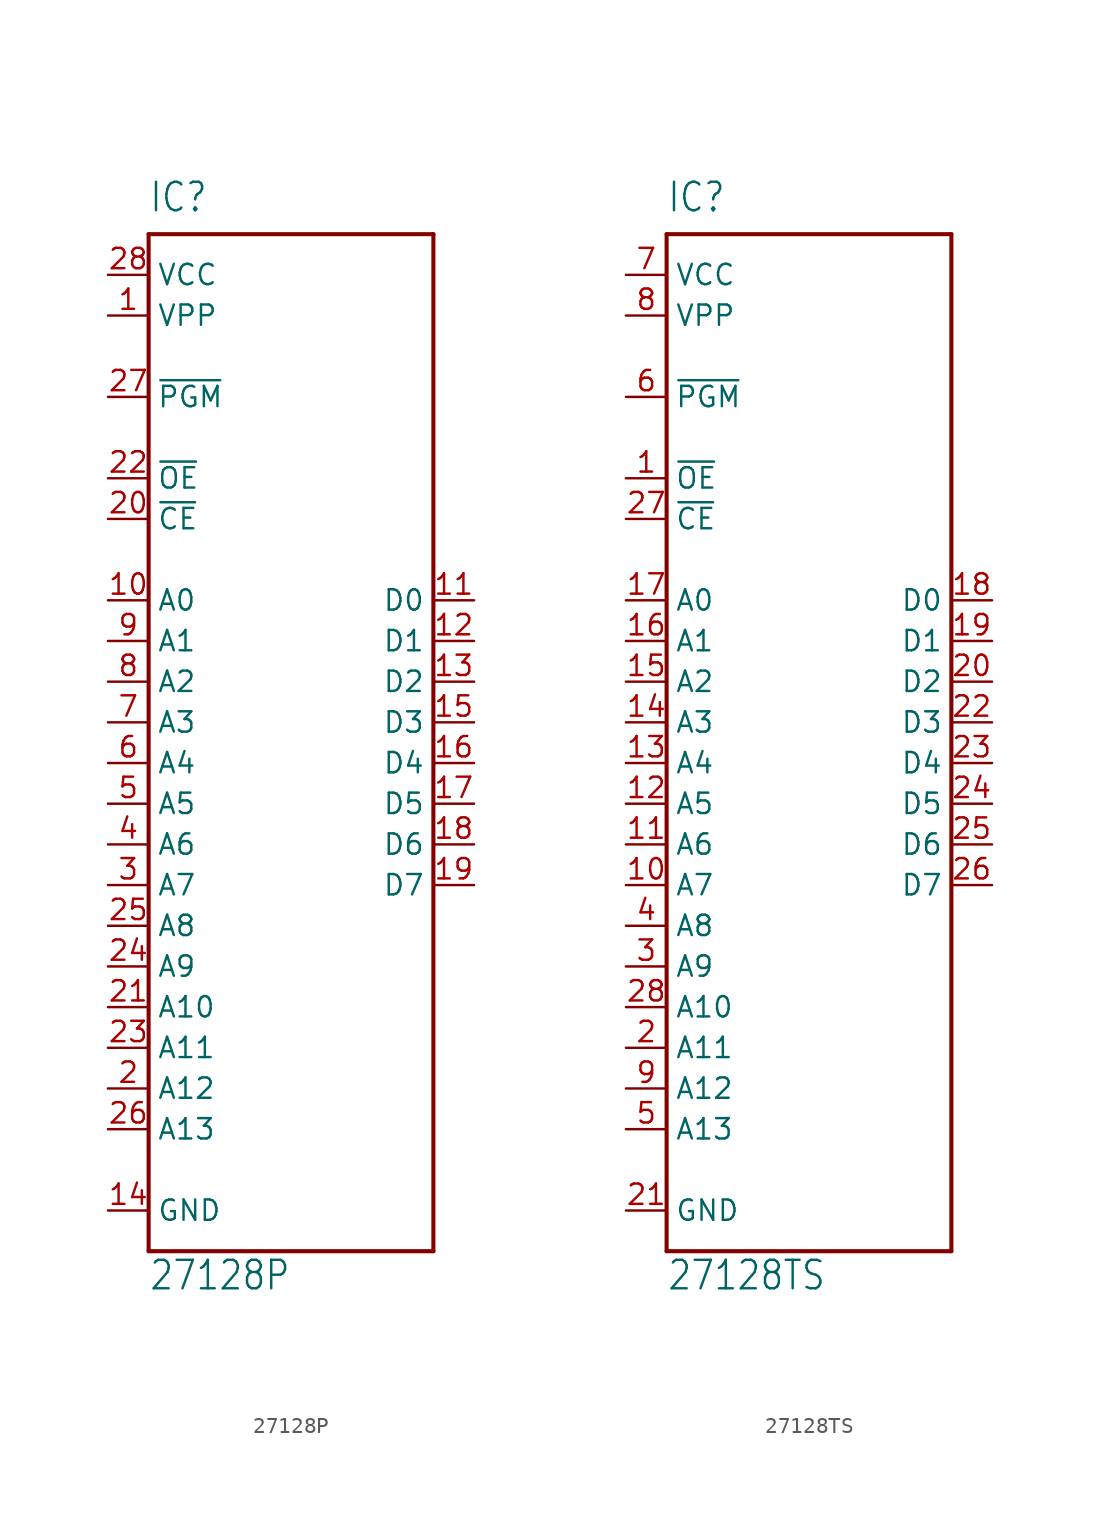
<source format=kicad_sym>
(kicad_symbol_lib
  (version 20220914)
  (generator kicad_symbol_editor)
  (symbol "27128P"
    (property "Reference" "IC"
      (at -7.62 31.75 0)
      (effects (font (size 1.778 1.511)) (justify left bottom)))
    (property "Value" "27128P"
      (at -7.62 -35.56 0)
      (effects (font (size 1.778 1.511)) (justify left bottom)))
    (property "ki_locked" ""
      (at 0 0 0)
      (effects (font (size 1.27 1.27))))
    (symbol "27128P_1_0"
      (polyline (pts (xy -7.62 -33.02) (xy -7.62 30.48)) (stroke (width 0.254) (type default)) (fill (type none)))
      (polyline (pts (xy -7.62 30.48) (xy 10.16 30.48)) (stroke (width 0.254) (type default)) (fill (type none)))
      (polyline (pts (xy 10.16 -33.02) (xy -7.62 -33.02)) (stroke (width 0.254) (type default)) (fill (type none)))
      (polyline (pts (xy 10.16 30.48) (xy 10.16 -33.02)) (stroke (width 0.254) (type default)) (fill (type none)))
      (pin input line (at -10.16 25.4 0) (length 2.54) (name "VPP" (effects (font (size 1.27 1.27)))) (number "1" (effects (font (size 1.27 1.27)))))
      (pin input line (at -10.16 7.62 0) (length 2.54) (name "A0" (effects (font (size 1.27 1.27)))) (number "10" (effects (font (size 1.27 1.27)))))
      (pin tri_state line (at 12.7 7.62 180) (length 2.54) (name "D0" (effects (font (size 1.27 1.27)))) (number "11" (effects (font (size 1.27 1.27)))))
      (pin tri_state line (at 12.7 5.08 180) (length 2.54) (name "D1" (effects (font (size 1.27 1.27)))) (number "12" (effects (font (size 1.27 1.27)))))
      (pin tri_state line (at 12.7 2.54 180) (length 2.54) (name "D2" (effects (font (size 1.27 1.27)))) (number "13" (effects (font (size 1.27 1.27)))))
      (pin power_in line (at -10.16 -30.48 0) (length 2.54) (name "GND" (effects (font (size 1.27 1.27)))) (number "14" (effects (font (size 1.27 1.27)))))
      (pin tri_state line (at 12.7 0 180) (length 2.54) (name "D3" (effects (font (size 1.27 1.27)))) (number "15" (effects (font (size 1.27 1.27)))))
      (pin tri_state line (at 12.7 -2.54 180) (length 2.54) (name "D4" (effects (font (size 1.27 1.27)))) (number "16" (effects (font (size 1.27 1.27)))))
      (pin tri_state line (at 12.7 -5.08 180) (length 2.54) (name "D5" (effects (font (size 1.27 1.27)))) (number "17" (effects (font (size 1.27 1.27)))))
      (pin tri_state line (at 12.7 -7.62 180) (length 2.54) (name "D6" (effects (font (size 1.27 1.27)))) (number "18" (effects (font (size 1.27 1.27)))))
      (pin tri_state line (at 12.7 -10.16 180) (length 2.54) (name "D7" (effects (font (size 1.27 1.27)))) (number "19" (effects (font (size 1.27 1.27)))))
      (pin input line (at -10.16 -22.86 0) (length 2.54) (name "A12" (effects (font (size 1.27 1.27)))) (number "2" (effects (font (size 1.27 1.27)))))
      (pin input line (at -10.16 12.7 0) (length 2.54) (name "~{CE}" (effects (font (size 1.27 1.27)))) (number "20" (effects (font (size 1.27 1.27)))))
      (pin input line (at -10.16 -17.78 0) (length 2.54) (name "A10" (effects (font (size 1.27 1.27)))) (number "21" (effects (font (size 1.27 1.27)))))
      (pin input line (at -10.16 15.24 0) (length 2.54) (name "~{OE}" (effects (font (size 1.27 1.27)))) (number "22" (effects (font (size 1.27 1.27)))))
      (pin input line (at -10.16 -20.32 0) (length 2.54) (name "A11" (effects (font (size 1.27 1.27)))) (number "23" (effects (font (size 1.27 1.27)))))
      (pin input line (at -10.16 -15.24 0) (length 2.54) (name "A9" (effects (font (size 1.27 1.27)))) (number "24" (effects (font (size 1.27 1.27)))))
      (pin input line (at -10.16 -12.7 0) (length 2.54) (name "A8" (effects (font (size 1.27 1.27)))) (number "25" (effects (font (size 1.27 1.27)))))
      (pin input line (at -10.16 -25.4 0) (length 2.54) (name "A13" (effects (font (size 1.27 1.27)))) (number "26" (effects (font (size 1.27 1.27)))))
      (pin passive line (at -10.16 20.32 0) (length 2.54) (name "~{PGM}" (effects (font (size 1.27 1.27)))) (number "27" (effects (font (size 1.27 1.27)))))
      (pin power_in line (at -10.16 27.94 0) (length 2.54) (name "VCC" (effects (font (size 1.27 1.27)))) (number "28" (effects (font (size 1.27 1.27)))))
      (pin input line (at -10.16 -10.16 0) (length 2.54) (name "A7" (effects (font (size 1.27 1.27)))) (number "3" (effects (font (size 1.27 1.27)))))
      (pin input line (at -10.16 -7.62 0) (length 2.54) (name "A6" (effects (font (size 1.27 1.27)))) (number "4" (effects (font (size 1.27 1.27)))))
      (pin input line (at -10.16 -5.08 0) (length 2.54) (name "A5" (effects (font (size 1.27 1.27)))) (number "5" (effects (font (size 1.27 1.27)))))
      (pin input line (at -10.16 -2.54 0) (length 2.54) (name "A4" (effects (font (size 1.27 1.27)))) (number "6" (effects (font (size 1.27 1.27)))))
      (pin input line (at -10.16 0 0) (length 2.54) (name "A3" (effects (font (size 1.27 1.27)))) (number "7" (effects (font (size 1.27 1.27)))))
      (pin input line (at -10.16 2.54 0) (length 2.54) (name "A2" (effects (font (size 1.27 1.27)))) (number "8" (effects (font (size 1.27 1.27)))))
      (pin input line (at -10.16 5.08 0) (length 2.54) (name "A1" (effects (font (size 1.27 1.27)))) (number "9" (effects (font (size 1.27 1.27)))))))
  (symbol "27128TS"
    (property "Reference" "IC"
      (at -7.62 31.75 0)
      (effects (font (size 1.778 1.511)) (justify left bottom)))
    (property "Value" "27128TS"
      (at -7.62 -35.56 0)
      (effects (font (size 1.778 1.511)) (justify left bottom)))
    (property "ki_locked" ""
      (at 0 0 0)
      (effects (font (size 1.27 1.27))))
    (symbol "27128TS_1_0"
      (polyline (pts (xy -7.62 -33.02) (xy -7.62 30.48)) (stroke (width 0.254) (type default)) (fill (type none)))
      (polyline (pts (xy -7.62 30.48) (xy 10.16 30.48)) (stroke (width 0.254) (type default)) (fill (type none)))
      (polyline (pts (xy 10.16 -33.02) (xy -7.62 -33.02)) (stroke (width 0.254) (type default)) (fill (type none)))
      (polyline (pts (xy 10.16 30.48) (xy 10.16 -33.02)) (stroke (width 0.254) (type default)) (fill (type none)))
      (pin input line (at -10.16 15.24 0) (length 2.54) (name "~{OE}" (effects (font (size 1.27 1.27)))) (number "1" (effects (font (size 1.27 1.27)))))
      (pin input line (at -10.16 -10.16 0) (length 2.54) (name "A7" (effects (font (size 1.27 1.27)))) (number "10" (effects (font (size 1.27 1.27)))))
      (pin input line (at -10.16 -7.62 0) (length 2.54) (name "A6" (effects (font (size 1.27 1.27)))) (number "11" (effects (font (size 1.27 1.27)))))
      (pin input line (at -10.16 -5.08 0) (length 2.54) (name "A5" (effects (font (size 1.27 1.27)))) (number "12" (effects (font (size 1.27 1.27)))))
      (pin input line (at -10.16 -2.54 0) (length 2.54) (name "A4" (effects (font (size 1.27 1.27)))) (number "13" (effects (font (size 1.27 1.27)))))
      (pin input line (at -10.16 0 0) (length 2.54) (name "A3" (effects (font (size 1.27 1.27)))) (number "14" (effects (font (size 1.27 1.27)))))
      (pin input line (at -10.16 2.54 0) (length 2.54) (name "A2" (effects (font (size 1.27 1.27)))) (number "15" (effects (font (size 1.27 1.27)))))
      (pin input line (at -10.16 5.08 0) (length 2.54) (name "A1" (effects (font (size 1.27 1.27)))) (number "16" (effects (font (size 1.27 1.27)))))
      (pin input line (at -10.16 7.62 0) (length 2.54) (name "A0" (effects (font (size 1.27 1.27)))) (number "17" (effects (font (size 1.27 1.27)))))
      (pin tri_state line (at 12.7 7.62 180) (length 2.54) (name "D0" (effects (font (size 1.27 1.27)))) (number "18" (effects (font (size 1.27 1.27)))))
      (pin tri_state line (at 12.7 5.08 180) (length 2.54) (name "D1" (effects (font (size 1.27 1.27)))) (number "19" (effects (font (size 1.27 1.27)))))
      (pin input line (at -10.16 -20.32 0) (length 2.54) (name "A11" (effects (font (size 1.27 1.27)))) (number "2" (effects (font (size 1.27 1.27)))))
      (pin tri_state line (at 12.7 2.54 180) (length 2.54) (name "D2" (effects (font (size 1.27 1.27)))) (number "20" (effects (font (size 1.27 1.27)))))
      (pin power_in line (at -10.16 -30.48 0) (length 2.54) (name "GND" (effects (font (size 1.27 1.27)))) (number "21" (effects (font (size 1.27 1.27)))))
      (pin tri_state line (at 12.7 0 180) (length 2.54) (name "D3" (effects (font (size 1.27 1.27)))) (number "22" (effects (font (size 1.27 1.27)))))
      (pin tri_state line (at 12.7 -2.54 180) (length 2.54) (name "D4" (effects (font (size 1.27 1.27)))) (number "23" (effects (font (size 1.27 1.27)))))
      (pin tri_state line (at 12.7 -5.08 180) (length 2.54) (name "D5" (effects (font (size 1.27 1.27)))) (number "24" (effects (font (size 1.27 1.27)))))
      (pin tri_state line (at 12.7 -7.62 180) (length 2.54) (name "D6" (effects (font (size 1.27 1.27)))) (number "25" (effects (font (size 1.27 1.27)))))
      (pin tri_state line (at 12.7 -10.16 180) (length 2.54) (name "D7" (effects (font (size 1.27 1.27)))) (number "26" (effects (font (size 1.27 1.27)))))
      (pin input line (at -10.16 12.7 0) (length 2.54) (name "~{CE}" (effects (font (size 1.27 1.27)))) (number "27" (effects (font (size 1.27 1.27)))))
      (pin input line (at -10.16 -17.78 0) (length 2.54) (name "A10" (effects (font (size 1.27 1.27)))) (number "28" (effects (font (size 1.27 1.27)))))
      (pin input line (at -10.16 -15.24 0) (length 2.54) (name "A9" (effects (font (size 1.27 1.27)))) (number "3" (effects (font (size 1.27 1.27)))))
      (pin input line (at -10.16 -12.7 0) (length 2.54) (name "A8" (effects (font (size 1.27 1.27)))) (number "4" (effects (font (size 1.27 1.27)))))
      (pin input line (at -10.16 -25.4 0) (length 2.54) (name "A13" (effects (font (size 1.27 1.27)))) (number "5" (effects (font (size 1.27 1.27)))))
      (pin passive line (at -10.16 20.32 0) (length 2.54) (name "~{PGM}" (effects (font (size 1.27 1.27)))) (number "6" (effects (font (size 1.27 1.27)))))
      (pin power_in line (at -10.16 27.94 0) (length 2.54) (name "VCC" (effects (font (size 1.27 1.27)))) (number "7" (effects (font (size 1.27 1.27)))))
      (pin input line (at -10.16 25.4 0) (length 2.54) (name "VPP" (effects (font (size 1.27 1.27)))) (number "8" (effects (font (size 1.27 1.27)))))
      (pin input line (at -10.16 -22.86 0) (length 2.54) (name "A12" (effects (font (size 1.27 1.27)))) (number "9" (effects (font (size 1.27 1.27))))))))
</source>
